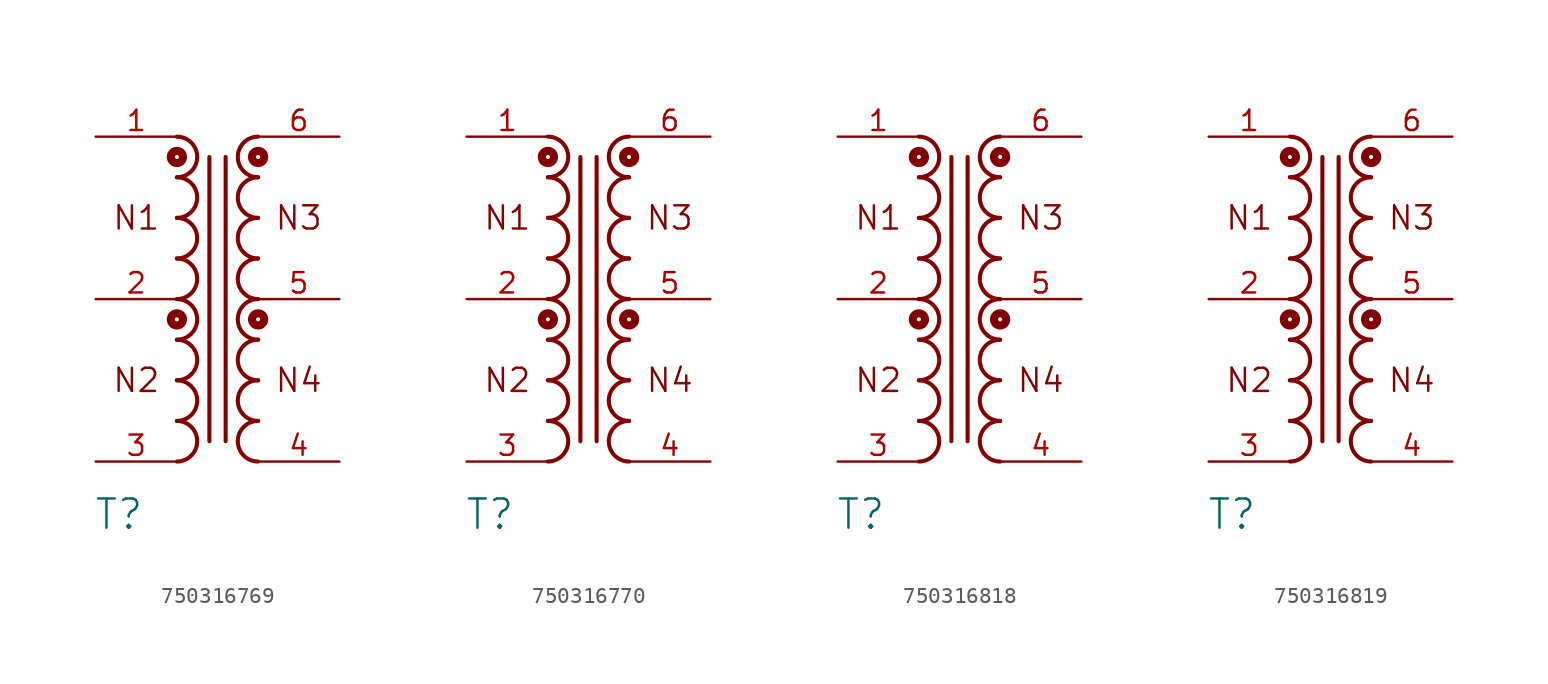
<source format=kicad_sym>
(kicad_symbol_lib
  (version 20231120)
  (generator "kicad_symbol_editor")
  (generator_version "8.0")
  (symbol "750316769"
    (property "Reference" "T"
      (at 1.457 -23.622 0)
      (effects (font (size 1.829 1.829))))
    (symbol "750316769_1_0"
      (polyline (pts (xy 7.112 -1.27) (xy 7.112 -19.05)) (stroke (width 0.254) (type solid)) (fill (type none)))
      (polyline (pts (xy 8.128 -1.27) (xy 8.128 -19.05)) (stroke (width 0.254) (type solid)) (fill (type none)))
      (arc (start 5.08 -20.32) (mid 6.35 -19.05) (end 5.08 -17.78) (stroke (width 0.254) (type solid)) (fill (type none)))
      (arc (start 5.08 -17.78) (mid 6.35 -16.51) (end 5.08 -15.24) (stroke (width 0.254) (type solid)) (fill (type none)))
      (arc (start 5.08 -15.24) (mid 6.35 -13.97) (end 5.08 -12.7) (stroke (width 0.254) (type solid)) (fill (type none)))
      (arc (start 5.08 -12.7) (mid 6.35 -11.43) (end 5.08 -10.16) (stroke (width 0.254) (type solid)) (fill (type none)))
      (circle (center 5.08 -11.43) (radius 0.127) (stroke (width 0.508) (type solid)) (fill (type none)))
      (arc (start 5.08 -10.16) (mid 6.35 -8.89) (end 5.08 -7.62) (stroke (width 0.254) (type solid)) (fill (type none)))
      (arc (start 5.08 -7.62) (mid 6.35 -6.35) (end 5.08 -5.08) (stroke (width 0.254) (type solid)) (fill (type none)))
      (arc (start 5.08 -5.08) (mid 6.35 -3.81) (end 5.08 -2.54) (stroke (width 0.254) (type solid)) (fill (type none)))
      (arc (start 5.08 -2.54) (mid 6.35 -1.27) (end 5.08 0) (stroke (width 0.254) (type solid)) (fill (type none)))
      (circle (center 5.08 -1.27) (radius 0.127) (stroke (width 0.508) (type solid)) (fill (type none)))
      (arc (start 10.16 -17.78) (mid 8.89 -19.05) (end 10.16 -20.32) (stroke (width 0.254) (type solid)) (fill (type none)))
      (arc (start 10.16 -15.24) (mid 8.89 -16.51) (end 10.16 -17.78) (stroke (width 0.254) (type solid)) (fill (type none)))
      (arc (start 10.16 -12.7) (mid 8.89 -13.97) (end 10.16 -15.24) (stroke (width 0.254) (type solid)) (fill (type none)))
      (circle (center 10.16 -11.43) (radius 0.127) (stroke (width 0.508) (type solid)) (fill (type none)))
      (arc (start 10.16 -10.16) (mid 8.89 -11.43) (end 10.16 -12.7) (stroke (width 0.254) (type solid)) (fill (type none)))
      (arc (start 10.16 -7.62) (mid 8.89 -8.89) (end 10.16 -10.16) (stroke (width 0.254) (type solid)) (fill (type none)))
      (arc (start 10.16 -5.08) (mid 8.89 -6.35) (end 10.16 -7.62) (stroke (width 0.254) (type solid)) (fill (type none)))
      (arc (start 10.16 -2.54) (mid 8.89 -3.81) (end 10.16 -5.08) (stroke (width 0.254) (type solid)) (fill (type none)))
      (circle (center 10.16 -1.27) (radius 0.127) (stroke (width 0.508) (type solid)) (fill (type none)))
      (arc (start 10.16 0) (mid 8.89 -1.27) (end 10.16 -2.54) (stroke (width 0.254) (type solid)) (fill (type none)))
      (text "N1" (at 2.54 -5.08 0) (effects (font (size 1.448 1.448))))
      (text "N2" (at 2.54 -15.24 0) (effects (font (size 1.448 1.448))))
      (text "N3" (at 12.7 -5.08 0) (effects (font (size 1.448 1.448))))
      (text "N4" (at 12.7 -15.24 0) (effects (font (size 1.448 1.448))))
      (pin passive line (at 0 0 0) (length 5.08) (name "1" (effects (font (size 0 0)))) (number "1" (effects (font (size 1.27 1.27)))))
      (pin passive line (at 0 -10.16 0) (length 5.08) (name "2" (effects (font (size 0 0)))) (number "2" (effects (font (size 1.27 1.27)))))
      (pin passive line (at 0 -20.32 0) (length 5.08) (name "3" (effects (font (size 0 0)))) (number "3" (effects (font (size 1.27 1.27)))))
      (pin passive line (at 15.24 -20.32 180) (length 5.08) (name "4" (effects (font (size 0 0)))) (number "4" (effects (font (size 1.27 1.27)))))
      (pin passive line (at 15.24 -10.16 180) (length 5.08) (name "5" (effects (font (size 0 0)))) (number "5" (effects (font (size 1.27 1.27)))))
      (pin passive line (at 15.24 0 180) (length 5.08) (name "6" (effects (font (size 0 0)))) (number "6" (effects (font (size 1.27 1.27)))))))
  (symbol "750316770"
    (property "Reference" "T"
      (at 1.457 -23.622 0)
      (effects (font (size 1.829 1.829))))
    (symbol "750316770_1_0"
      (polyline (pts (xy 7.112 -1.27) (xy 7.112 -19.05)) (stroke (width 0.254) (type solid)) (fill (type none)))
      (polyline (pts (xy 8.128 -1.27) (xy 8.128 -19.05)) (stroke (width 0.254) (type solid)) (fill (type none)))
      (arc (start 5.08 -20.32) (mid 6.35 -19.05) (end 5.08 -17.78) (stroke (width 0.254) (type solid)) (fill (type none)))
      (arc (start 5.08 -17.78) (mid 6.35 -16.51) (end 5.08 -15.24) (stroke (width 0.254) (type solid)) (fill (type none)))
      (arc (start 5.08 -15.24) (mid 6.35 -13.97) (end 5.08 -12.7) (stroke (width 0.254) (type solid)) (fill (type none)))
      (arc (start 5.08 -12.7) (mid 6.35 -11.43) (end 5.08 -10.16) (stroke (width 0.254) (type solid)) (fill (type none)))
      (circle (center 5.08 -11.43) (radius 0.127) (stroke (width 0.508) (type solid)) (fill (type none)))
      (arc (start 5.08 -10.16) (mid 6.35 -8.89) (end 5.08 -7.62) (stroke (width 0.254) (type solid)) (fill (type none)))
      (arc (start 5.08 -7.62) (mid 6.35 -6.35) (end 5.08 -5.08) (stroke (width 0.254) (type solid)) (fill (type none)))
      (arc (start 5.08 -5.08) (mid 6.35 -3.81) (end 5.08 -2.54) (stroke (width 0.254) (type solid)) (fill (type none)))
      (arc (start 5.08 -2.54) (mid 6.35 -1.27) (end 5.08 0) (stroke (width 0.254) (type solid)) (fill (type none)))
      (circle (center 5.08 -1.27) (radius 0.127) (stroke (width 0.508) (type solid)) (fill (type none)))
      (arc (start 10.16 -17.78) (mid 8.89 -19.05) (end 10.16 -20.32) (stroke (width 0.254) (type solid)) (fill (type none)))
      (arc (start 10.16 -15.24) (mid 8.89 -16.51) (end 10.16 -17.78) (stroke (width 0.254) (type solid)) (fill (type none)))
      (arc (start 10.16 -12.7) (mid 8.89 -13.97) (end 10.16 -15.24) (stroke (width 0.254) (type solid)) (fill (type none)))
      (circle (center 10.16 -11.43) (radius 0.127) (stroke (width 0.508) (type solid)) (fill (type none)))
      (arc (start 10.16 -10.16) (mid 8.89 -11.43) (end 10.16 -12.7) (stroke (width 0.254) (type solid)) (fill (type none)))
      (arc (start 10.16 -7.62) (mid 8.89 -8.89) (end 10.16 -10.16) (stroke (width 0.254) (type solid)) (fill (type none)))
      (arc (start 10.16 -5.08) (mid 8.89 -6.35) (end 10.16 -7.62) (stroke (width 0.254) (type solid)) (fill (type none)))
      (arc (start 10.16 -2.54) (mid 8.89 -3.81) (end 10.16 -5.08) (stroke (width 0.254) (type solid)) (fill (type none)))
      (circle (center 10.16 -1.27) (radius 0.127) (stroke (width 0.508) (type solid)) (fill (type none)))
      (arc (start 10.16 0) (mid 8.89 -1.27) (end 10.16 -2.54) (stroke (width 0.254) (type solid)) (fill (type none)))
      (text "N1" (at 2.54 -5.08 0) (effects (font (size 1.448 1.448))))
      (text "N2" (at 2.54 -15.24 0) (effects (font (size 1.448 1.448))))
      (text "N3" (at 12.7 -5.08 0) (effects (font (size 1.448 1.448))))
      (text "N4" (at 12.7 -15.24 0) (effects (font (size 1.448 1.448))))
      (pin passive line (at 0 0 0) (length 5.08) (name "1" (effects (font (size 0 0)))) (number "1" (effects (font (size 1.27 1.27)))))
      (pin passive line (at 0 -10.16 0) (length 5.08) (name "2" (effects (font (size 0 0)))) (number "2" (effects (font (size 1.27 1.27)))))
      (pin passive line (at 0 -20.32 0) (length 5.08) (name "3" (effects (font (size 0 0)))) (number "3" (effects (font (size 1.27 1.27)))))
      (pin passive line (at 15.24 -20.32 180) (length 5.08) (name "4" (effects (font (size 0 0)))) (number "4" (effects (font (size 1.27 1.27)))))
      (pin passive line (at 15.24 -10.16 180) (length 5.08) (name "5" (effects (font (size 0 0)))) (number "5" (effects (font (size 1.27 1.27)))))
      (pin passive line (at 15.24 0 180) (length 5.08) (name "6" (effects (font (size 0 0)))) (number "6" (effects (font (size 1.27 1.27)))))))
  (symbol "750316818"
    (property "Reference" "T"
      (at 1.457 -23.622 0)
      (effects (font (size 1.829 1.829))))
    (symbol "750316818_1_0"
      (polyline (pts (xy 7.112 -1.27) (xy 7.112 -19.05)) (stroke (width 0.254) (type solid)) (fill (type none)))
      (polyline (pts (xy 8.128 -1.27) (xy 8.128 -19.05)) (stroke (width 0.254) (type solid)) (fill (type none)))
      (arc (start 5.08 -20.32) (mid 6.35 -19.05) (end 5.08 -17.78) (stroke (width 0.254) (type solid)) (fill (type none)))
      (arc (start 5.08 -17.78) (mid 6.35 -16.51) (end 5.08 -15.24) (stroke (width 0.254) (type solid)) (fill (type none)))
      (arc (start 5.08 -15.24) (mid 6.35 -13.97) (end 5.08 -12.7) (stroke (width 0.254) (type solid)) (fill (type none)))
      (arc (start 5.08 -12.7) (mid 6.35 -11.43) (end 5.08 -10.16) (stroke (width 0.254) (type solid)) (fill (type none)))
      (circle (center 5.08 -11.43) (radius 0.127) (stroke (width 0.508) (type solid)) (fill (type none)))
      (arc (start 5.08 -10.16) (mid 6.35 -8.89) (end 5.08 -7.62) (stroke (width 0.254) (type solid)) (fill (type none)))
      (arc (start 5.08 -7.62) (mid 6.35 -6.35) (end 5.08 -5.08) (stroke (width 0.254) (type solid)) (fill (type none)))
      (arc (start 5.08 -5.08) (mid 6.35 -3.81) (end 5.08 -2.54) (stroke (width 0.254) (type solid)) (fill (type none)))
      (arc (start 5.08 -2.54) (mid 6.35 -1.27) (end 5.08 0) (stroke (width 0.254) (type solid)) (fill (type none)))
      (circle (center 5.08 -1.27) (radius 0.127) (stroke (width 0.508) (type solid)) (fill (type none)))
      (arc (start 10.16 -17.78) (mid 8.89 -19.05) (end 10.16 -20.32) (stroke (width 0.254) (type solid)) (fill (type none)))
      (arc (start 10.16 -15.24) (mid 8.89 -16.51) (end 10.16 -17.78) (stroke (width 0.254) (type solid)) (fill (type none)))
      (arc (start 10.16 -12.7) (mid 8.89 -13.97) (end 10.16 -15.24) (stroke (width 0.254) (type solid)) (fill (type none)))
      (circle (center 10.16 -11.43) (radius 0.127) (stroke (width 0.508) (type solid)) (fill (type none)))
      (arc (start 10.16 -10.16) (mid 8.89 -11.43) (end 10.16 -12.7) (stroke (width 0.254) (type solid)) (fill (type none)))
      (arc (start 10.16 -7.62) (mid 8.89 -8.89) (end 10.16 -10.16) (stroke (width 0.254) (type solid)) (fill (type none)))
      (arc (start 10.16 -5.08) (mid 8.89 -6.35) (end 10.16 -7.62) (stroke (width 0.254) (type solid)) (fill (type none)))
      (arc (start 10.16 -2.54) (mid 8.89 -3.81) (end 10.16 -5.08) (stroke (width 0.254) (type solid)) (fill (type none)))
      (circle (center 10.16 -1.27) (radius 0.127) (stroke (width 0.508) (type solid)) (fill (type none)))
      (arc (start 10.16 0) (mid 8.89 -1.27) (end 10.16 -2.54) (stroke (width 0.254) (type solid)) (fill (type none)))
      (text "N1" (at 2.54 -5.08 0) (effects (font (size 1.448 1.448))))
      (text "N2" (at 2.54 -15.24 0) (effects (font (size 1.448 1.448))))
      (text "N3" (at 12.7 -5.08 0) (effects (font (size 1.448 1.448))))
      (text "N4" (at 12.7 -15.24 0) (effects (font (size 1.448 1.448))))
      (pin passive line (at 0 0 0) (length 5.08) (name "1" (effects (font (size 0 0)))) (number "1" (effects (font (size 1.27 1.27)))))
      (pin passive line (at 0 -10.16 0) (length 5.08) (name "2" (effects (font (size 0 0)))) (number "2" (effects (font (size 1.27 1.27)))))
      (pin passive line (at 0 -20.32 0) (length 5.08) (name "3" (effects (font (size 0 0)))) (number "3" (effects (font (size 1.27 1.27)))))
      (pin passive line (at 15.24 -20.32 180) (length 5.08) (name "4" (effects (font (size 0 0)))) (number "4" (effects (font (size 1.27 1.27)))))
      (pin passive line (at 15.24 -10.16 180) (length 5.08) (name "5" (effects (font (size 0 0)))) (number "5" (effects (font (size 1.27 1.27)))))
      (pin passive line (at 15.24 0 180) (length 5.08) (name "6" (effects (font (size 0 0)))) (number "6" (effects (font (size 1.27 1.27)))))))
  (symbol "750316819"
    (property "Reference" "T"
      (at 1.457 -23.622 0)
      (effects (font (size 1.829 1.829))))
    (symbol "750316819_1_0"
      (polyline (pts (xy 7.112 -1.27) (xy 7.112 -19.05)) (stroke (width 0.254) (type solid)) (fill (type none)))
      (polyline (pts (xy 8.128 -1.27) (xy 8.128 -19.05)) (stroke (width 0.254) (type solid)) (fill (type none)))
      (arc (start 5.08 -20.32) (mid 6.35 -19.05) (end 5.08 -17.78) (stroke (width 0.254) (type solid)) (fill (type none)))
      (arc (start 5.08 -17.78) (mid 6.35 -16.51) (end 5.08 -15.24) (stroke (width 0.254) (type solid)) (fill (type none)))
      (arc (start 5.08 -15.24) (mid 6.35 -13.97) (end 5.08 -12.7) (stroke (width 0.254) (type solid)) (fill (type none)))
      (arc (start 5.08 -12.7) (mid 6.35 -11.43) (end 5.08 -10.16) (stroke (width 0.254) (type solid)) (fill (type none)))
      (circle (center 5.08 -11.43) (radius 0.127) (stroke (width 0.508) (type solid)) (fill (type none)))
      (arc (start 5.08 -10.16) (mid 6.35 -8.89) (end 5.08 -7.62) (stroke (width 0.254) (type solid)) (fill (type none)))
      (arc (start 5.08 -7.62) (mid 6.35 -6.35) (end 5.08 -5.08) (stroke (width 0.254) (type solid)) (fill (type none)))
      (arc (start 5.08 -5.08) (mid 6.35 -3.81) (end 5.08 -2.54) (stroke (width 0.254) (type solid)) (fill (type none)))
      (arc (start 5.08 -2.54) (mid 6.35 -1.27) (end 5.08 0) (stroke (width 0.254) (type solid)) (fill (type none)))
      (circle (center 5.08 -1.27) (radius 0.127) (stroke (width 0.508) (type solid)) (fill (type none)))
      (arc (start 10.16 -17.78) (mid 8.89 -19.05) (end 10.16 -20.32) (stroke (width 0.254) (type solid)) (fill (type none)))
      (arc (start 10.16 -15.24) (mid 8.89 -16.51) (end 10.16 -17.78) (stroke (width 0.254) (type solid)) (fill (type none)))
      (arc (start 10.16 -12.7) (mid 8.89 -13.97) (end 10.16 -15.24) (stroke (width 0.254) (type solid)) (fill (type none)))
      (circle (center 10.16 -11.43) (radius 0.127) (stroke (width 0.508) (type solid)) (fill (type none)))
      (arc (start 10.16 -10.16) (mid 8.89 -11.43) (end 10.16 -12.7) (stroke (width 0.254) (type solid)) (fill (type none)))
      (arc (start 10.16 -7.62) (mid 8.89 -8.89) (end 10.16 -10.16) (stroke (width 0.254) (type solid)) (fill (type none)))
      (arc (start 10.16 -5.08) (mid 8.89 -6.35) (end 10.16 -7.62) (stroke (width 0.254) (type solid)) (fill (type none)))
      (arc (start 10.16 -2.54) (mid 8.89 -3.81) (end 10.16 -5.08) (stroke (width 0.254) (type solid)) (fill (type none)))
      (circle (center 10.16 -1.27) (radius 0.127) (stroke (width 0.508) (type solid)) (fill (type none)))
      (arc (start 10.16 0) (mid 8.89 -1.27) (end 10.16 -2.54) (stroke (width 0.254) (type solid)) (fill (type none)))
      (text "N1" (at 2.54 -5.08 0) (effects (font (size 1.448 1.448))))
      (text "N2" (at 2.54 -15.24 0) (effects (font (size 1.448 1.448))))
      (text "N3" (at 12.7 -5.08 0) (effects (font (size 1.448 1.448))))
      (text "N4" (at 12.7 -15.24 0) (effects (font (size 1.448 1.448))))
      (pin passive line (at 0 0 0) (length 5.08) (name "1" (effects (font (size 0 0)))) (number "1" (effects (font (size 1.27 1.27)))))
      (pin passive line (at 0 -10.16 0) (length 5.08) (name "2" (effects (font (size 0 0)))) (number "2" (effects (font (size 1.27 1.27)))))
      (pin passive line (at 0 -20.32 0) (length 5.08) (name "3" (effects (font (size 0 0)))) (number "3" (effects (font (size 1.27 1.27)))))
      (pin passive line (at 15.24 -20.32 180) (length 5.08) (name "4" (effects (font (size 0 0)))) (number "4" (effects (font (size 1.27 1.27)))))
      (pin passive line (at 15.24 -10.16 180) (length 5.08) (name "5" (effects (font (size 0 0)))) (number "5" (effects (font (size 1.27 1.27)))))
      (pin passive line (at 15.24 0 180) (length 5.08) (name "6" (effects (font (size 0 0)))) (number "6" (effects (font (size 1.27 1.27))))))))
</source>
